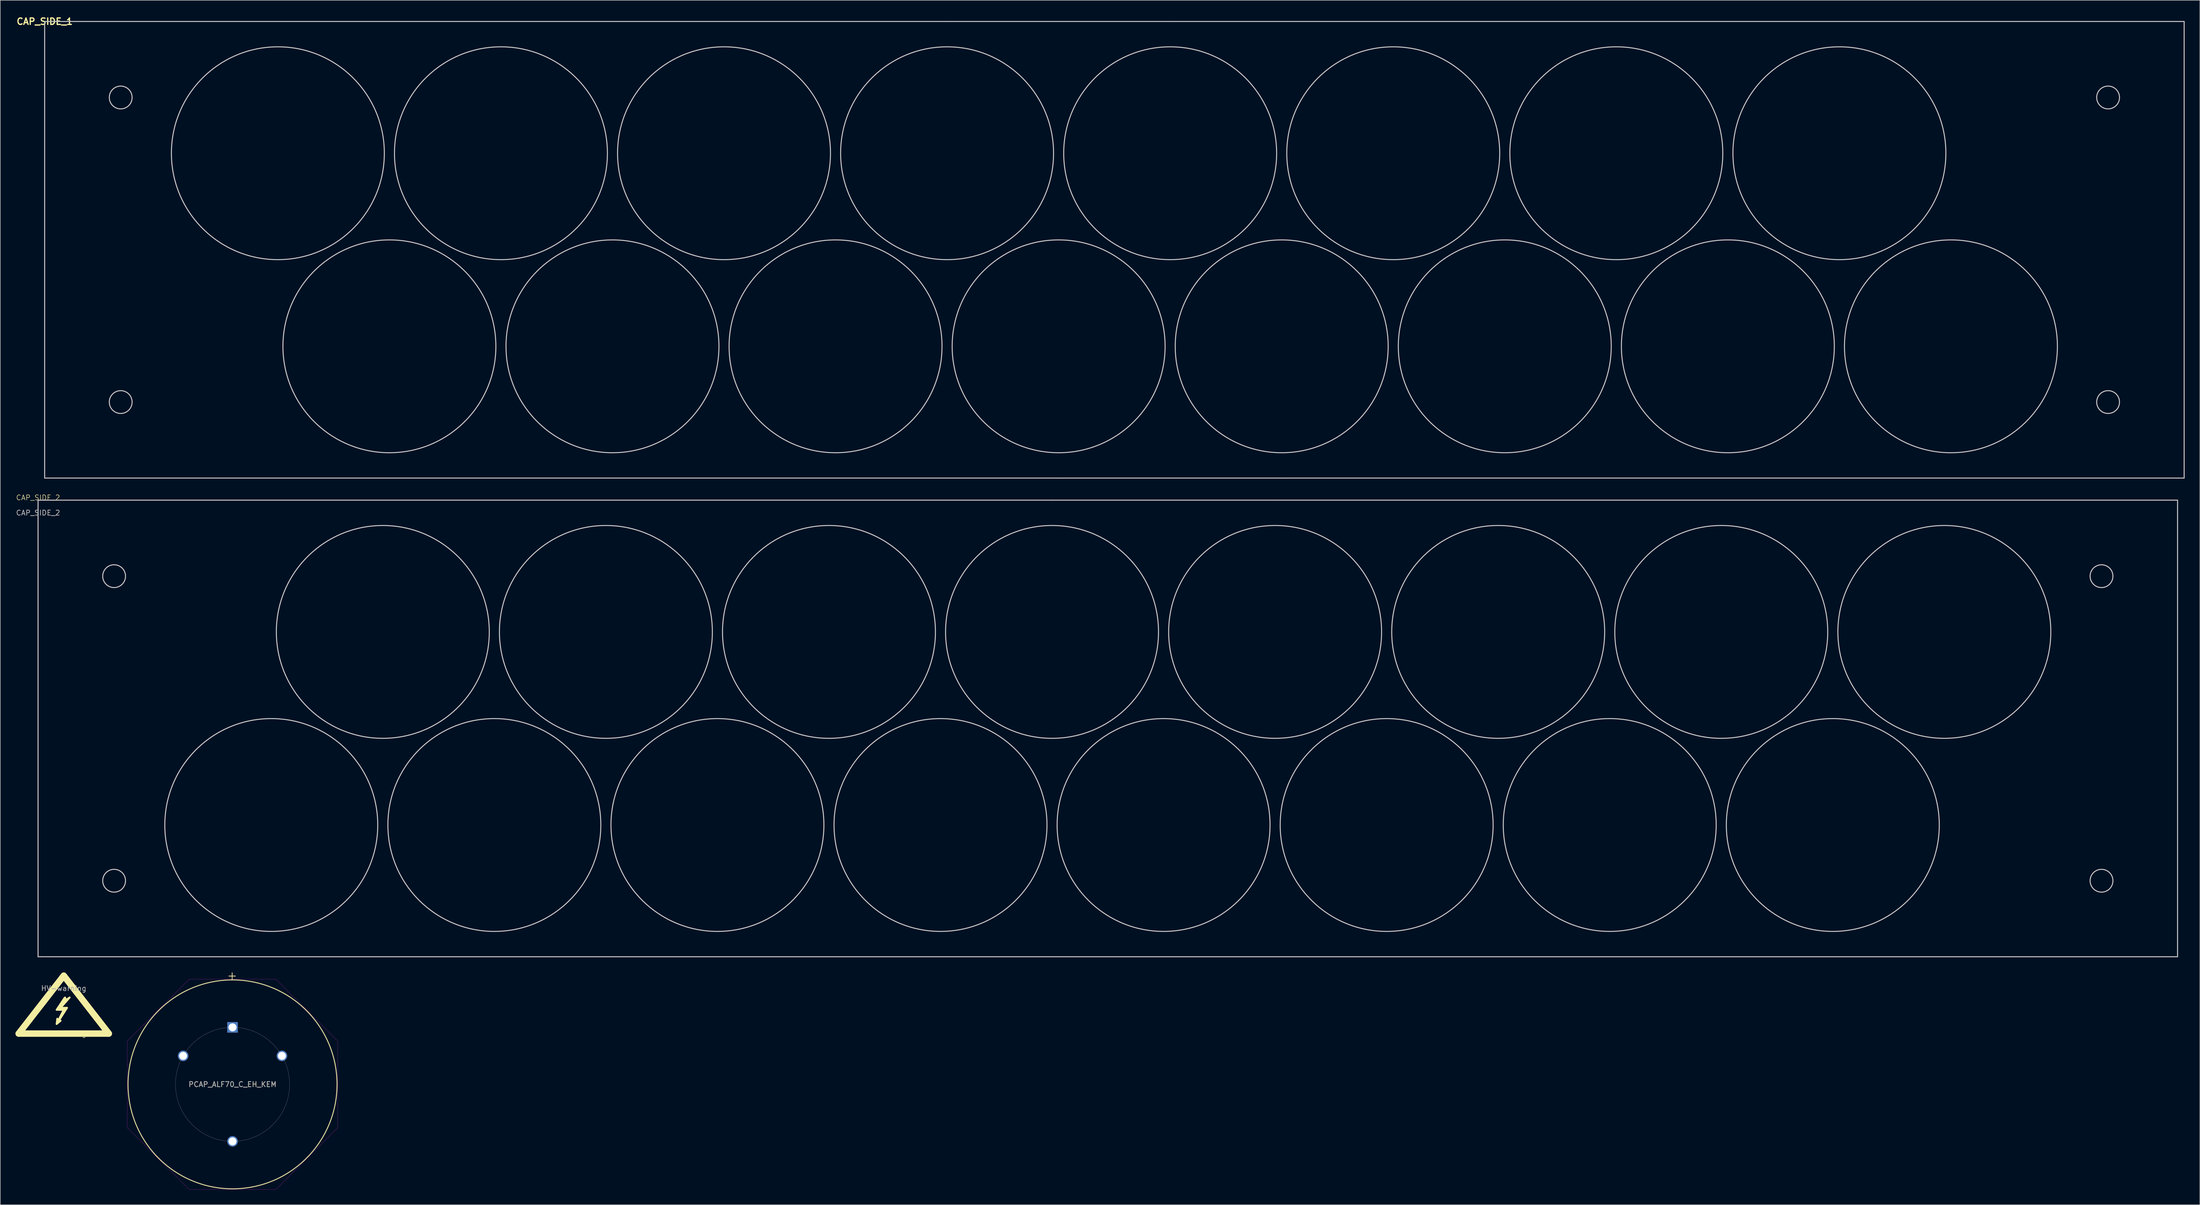
<source format=kicad_pcb>
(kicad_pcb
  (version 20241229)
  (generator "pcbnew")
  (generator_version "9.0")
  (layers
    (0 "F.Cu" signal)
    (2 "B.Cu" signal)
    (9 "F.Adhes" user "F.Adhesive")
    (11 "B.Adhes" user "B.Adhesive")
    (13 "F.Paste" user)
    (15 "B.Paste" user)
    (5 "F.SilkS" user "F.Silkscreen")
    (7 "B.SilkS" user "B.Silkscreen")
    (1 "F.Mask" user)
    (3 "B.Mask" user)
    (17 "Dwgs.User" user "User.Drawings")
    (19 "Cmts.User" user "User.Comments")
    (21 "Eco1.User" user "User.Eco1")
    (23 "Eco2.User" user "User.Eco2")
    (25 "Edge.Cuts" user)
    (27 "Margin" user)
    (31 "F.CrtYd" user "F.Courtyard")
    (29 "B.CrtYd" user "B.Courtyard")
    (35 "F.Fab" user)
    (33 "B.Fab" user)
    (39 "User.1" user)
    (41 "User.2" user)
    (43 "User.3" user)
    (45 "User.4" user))
  (footprint "CAP_SIDE_2"
    (layer "F.Cu")
    (at 4.458 95.654)
    (property "Reference" "CAP_SIDE_2" (at 0 -0.5 0) (unlocked yes) (layer "F.SilkS") (effects (font (size 1 1) (thickness 0.1))))
    (fp_line (start 0 0) (end 0 90.105) (stroke (width 0.2) (type solid)) (layer "Dwgs.User"))
    (fp_line (start 0 90.105) (end 178 90.105) (stroke (width 0.2) (type solid)) (layer "Dwgs.User"))
    (fp_line (start 178 90.105) (end 222 90.105) (stroke (width 0.2) (type solid)) (layer "Dwgs.User"))
    (fp_line (start 200 0) (end 0 0) (stroke (width 0.2) (type solid)) (layer "Dwgs.User"))
    (fp_line (start 222 90.105) (end 422 90.105) (stroke (width 0.2) (type solid)) (layer "Dwgs.User"))
    (fp_line (start 244 0) (end 200 0) (stroke (width 0.2) (type solid)) (layer "Dwgs.User"))
    (fp_line (start 422 0) (end 244 0) (stroke (width 0.2) (type solid)) (layer "Dwgs.User"))
    (fp_line (start 422 90.105) (end 422 0) (stroke (width 0.2) (type solid)) (layer "Dwgs.User"))
    (fp_circle (center 15 15) (end 17.25 15) (stroke (width 0.2) (type solid)) (fill no) (layer "Dwgs.User"))
    (fp_circle (center 15 75.105) (end 17.25 75.105) (stroke (width 0.2) (type solid)) (fill no) (layer "Dwgs.User"))
    (fp_circle (center 46 64.105) (end 67 64.105) (stroke (width 0.2) (type solid)) (fill no) (layer "Dwgs.User"))
    (fp_circle (center 68 26) (end 89 26) (stroke (width 0.2) (type solid)) (fill no) (layer "Dwgs.User"))
    (fp_circle (center 90 64.105) (end 111 64.105) (stroke (width 0.2) (type solid)) (fill no) (layer "Dwgs.User"))
    (fp_circle (center 112 26) (end 133 26) (stroke (width 0.2) (type solid)) (fill no) (layer "Dwgs.User"))
    (fp_circle (center 134 64.105) (end 155 64.105) (stroke (width 0.2) (type solid)) (fill no) (layer "Dwgs.User"))
    (fp_circle (center 156 26) (end 177 26) (stroke (width 0.2) (type solid)) (fill no) (layer "Dwgs.User"))
    (fp_circle (center 178 64.105) (end 199 64.105) (stroke (width 0.2) (type solid)) (fill no) (layer "Dwgs.User"))
    (fp_circle (center 200 26) (end 221 26) (stroke (width 0.2) (type solid)) (fill no) (layer "Dwgs.User"))
    (fp_circle (center 222 64.105) (end 243 64.105) (stroke (width 0.2) (type solid)) (fill no) (layer "Dwgs.User"))
    (fp_circle (center 244 26) (end 265 26) (stroke (width 0.2) (type solid)) (fill no) (layer "Dwgs.User"))
    (fp_circle (center 266 64.105) (end 287 64.105) (stroke (width 0.2) (type solid)) (fill no) (layer "Dwgs.User"))
    (fp_circle (center 288 26) (end 309 26) (stroke (width 0.2) (type solid)) (fill no) (layer "Dwgs.User"))
    (fp_circle (center 310 64.105) (end 331 64.105) (stroke (width 0.2) (type solid)) (fill no) (layer "Dwgs.User"))
    (fp_circle (center 332 26) (end 353 26) (stroke (width 0.2) (type solid)) (fill no) (layer "Dwgs.User"))
    (fp_circle (center 354 64.105) (end 375 64.105) (stroke (width 0.2) (type solid)) (fill no) (layer "Dwgs.User"))
    (fp_circle (center 376 26) (end 397 26) (stroke (width 0.2) (type solid)) (fill no) (layer "Dwgs.User"))
    (fp_circle (center 407 15) (end 409.25 15) (stroke (width 0.2) (type solid)) (fill no) (layer "Dwgs.User"))
    (fp_circle (center 407 75.105) (end 409.25 75.105) (stroke (width 0.2) (type solid)) (fill no) (layer "Dwgs.User"))
    (fp_text user "${REFERENCE}" (at 0 2.5 0) (unlocked yes) (layer "F.Fab") (effects (font (size 1 1) (thickness 0.15)))))
  (footprint "PCAP_ALF70_C_EH_KEM"
    (layer "F.Cu")
    (at 42.815 199.694)
    (property "Reference" "PCAP_ALF70_C_EH_KEM" (at 0 11.25 0) (unlocked yes) (layer "F.SilkS") (effects (font (size 1 1) (thickness 0.15))))
    (attr through_hole)
    (fp_line (start -0.711 -10.123) (end 0.559 -10.123) (stroke (width 0.152) (type solid)) (layer "F.SilkS"))
    (fp_line (start -0.076 -10.758) (end -0.076 -9.488) (stroke (width 0.152) (type solid)) (layer "F.SilkS"))
    (fp_circle (center 0 11.25) (end 20.625 11.25) (stroke (width 0.152) (type solid)) (fill no) (layer "F.SilkS"))
    (fp_circle (center 0 11.25) (end 11.25 11.25) (stroke (width 0.025) (type solid)) (fill no) (layer "Dwgs.User"))
    (fp_line (start -20.752 2.705) (end -8.545 -9.502) (stroke (width 0.025) (type solid)) (layer "F.CrtYd"))
    (fp_line (start -20.752 19.795) (end -20.752 2.705) (stroke (width 0.025) (type solid)) (layer "F.CrtYd"))
    (fp_line (start -8.545 -9.502) (end 8.545 -9.502) (stroke (width 0.025) (type solid)) (layer "F.CrtYd"))
    (fp_line (start -8.545 32.002) (end -20.752 19.795) (stroke (width 0.025) (type solid)) (layer "F.CrtYd"))
    (fp_line (start 8.545 -9.502) (end 20.752 2.705) (stroke (width 0.025) (type solid)) (layer "F.CrtYd"))
    (fp_line (start 8.545 32.002) (end -8.545 32.002) (stroke (width 0.025) (type solid)) (layer "F.CrtYd"))
    (fp_line (start 20.752 2.705) (end 20.752 19.795) (stroke (width 0.025) (type solid)) (layer "F.CrtYd"))
    (fp_line (start 20.752 19.795) (end 8.545 32.002) (stroke (width 0.025) (type solid)) (layer "F.CrtYd"))
    (fp_line (start -0.711 -10.123) (end 0.559 -10.123) (stroke (width 0.025) (type solid)) (layer "F.Fab"))
    (fp_line (start -0.076 -10.758) (end -0.076 -9.488) (stroke (width 0.025) (type solid)) (layer "F.Fab"))
    (fp_circle (center 0 11.25) (end 20.498 11.25) (stroke (width 0.025) (type solid)) (fill no) (layer "F.Fab"))
    (fp_text user "${REFERENCE}" (at 0 11.25 0) (unlocked yes) (layer "F.Fab") (effects (font (size 1 1) (thickness 0.15))))
    (pad "1" thru_hole rect (at 0 0) (size 2.083 2.083) (drill 1.575) (layers "*.Cu" "*.Mask"))
    (pad "2" thru_hole circle (at 0 22.5) (size 2.083 2.083) (drill 1.575) (layers "*.Cu" "*.Mask"))
    (pad "3" thru_hole circle (at -9.743 5.625) (size 2.083 2.083) (drill 1.575) (layers "*.Cu" "*.Mask"))
    (pad "4" thru_hole circle (at 9.743 5.625) (size 2.083 2.083) (drill 1.575) (layers "*.Cu" "*.Mask")))
  (footprint "CAP_SIDE_1"
    (layer "F.Cu")
    (at 5.757 1.189)
    (property "Reference" "CAP_SIDE_1" (at 0 0 0) (layer "F.SilkS") (effects (font (size 1.27 1.27) (thickness 0.254))))
    (attr through_hole)
    (fp_line (start 0 0) (end 0 90.105) (stroke (width 0.2) (type solid)) (layer "Dwgs.User"))
    (fp_line (start 0 90.105) (end 200 90.105) (stroke (width 0.2) (type solid)) (layer "Dwgs.User"))
    (fp_line (start 178 0) (end 0 0) (stroke (width 0.2) (type solid)) (layer "Dwgs.User"))
    (fp_line (start 200 90.105) (end 244 90.105) (stroke (width 0.2) (type solid)) (layer "Dwgs.User"))
    (fp_line (start 222 0) (end 178 0) (stroke (width 0.2) (type solid)) (layer "Dwgs.User"))
    (fp_line (start 244 90.105) (end 422 90.105) (stroke (width 0.2) (type solid)) (layer "Dwgs.User"))
    (fp_line (start 422 0) (end 222 0) (stroke (width 0.2) (type solid)) (layer "Dwgs.User"))
    (fp_line (start 422 90.105) (end 422 0) (stroke (width 0.2) (type solid)) (layer "Dwgs.User"))
    (fp_circle (center 15 15) (end 17.25 15) (stroke (width 0.2) (type solid)) (fill no) (layer "Dwgs.User"))
    (fp_circle (center 15 75.105) (end 17.25 75.105) (stroke (width 0.2) (type solid)) (fill no) (layer "Dwgs.User"))
    (fp_circle (center 46 26) (end 67 26) (stroke (width 0.2) (type solid)) (fill no) (layer "Dwgs.User"))
    (fp_circle (center 68 64.105) (end 89 64.105) (stroke (width 0.2) (type solid)) (fill no) (layer "Dwgs.User"))
    (fp_circle (center 90 26) (end 111 26) (stroke (width 0.2) (type solid)) (fill no) (layer "Dwgs.User"))
    (fp_circle (center 112 64.105) (end 133 64.105) (stroke (width 0.2) (type solid)) (fill no) (layer "Dwgs.User"))
    (fp_circle (center 134 26) (end 155 26) (stroke (width 0.2) (type solid)) (fill no) (layer "Dwgs.User"))
    (fp_circle (center 156 64.105) (end 177 64.105) (stroke (width 0.2) (type solid)) (fill no) (layer "Dwgs.User"))
    (fp_circle (center 178 26) (end 199 26) (stroke (width 0.2) (type solid)) (fill no) (layer "Dwgs.User"))
    (fp_circle (center 200 64.105) (end 221 64.105) (stroke (width 0.2) (type solid)) (fill no) (layer "Dwgs.User"))
    (fp_circle (center 222 26) (end 243 26) (stroke (width 0.2) (type solid)) (fill no) (layer "Dwgs.User"))
    (fp_circle (center 244 64.105) (end 265 64.105) (stroke (width 0.2) (type solid)) (fill no) (layer "Dwgs.User"))
    (fp_circle (center 266 26) (end 287 26) (stroke (width 0.2) (type solid)) (fill no) (layer "Dwgs.User"))
    (fp_circle (center 288 64.105) (end 309 64.105) (stroke (width 0.2) (type solid)) (fill no) (layer "Dwgs.User"))
    (fp_circle (center 310 26) (end 331 26) (stroke (width 0.2) (type solid)) (fill no) (layer "Dwgs.User"))
    (fp_circle (center 332 64.105) (end 353 64.105) (stroke (width 0.2) (type solid)) (fill no) (layer "Dwgs.User"))
    (fp_circle (center 354 26) (end 375 26) (stroke (width 0.2) (type solid)) (fill no) (layer "Dwgs.User"))
    (fp_circle (center 376 64.105) (end 397 64.105) (stroke (width 0.2) (type solid)) (fill no) (layer "Dwgs.User"))
    (fp_circle (center 407 15) (end 409.25 15) (stroke (width 0.2) (type solid)) (fill no) (layer "Dwgs.User"))
    (fp_circle (center 407 75.105) (end 409.25 75.105) (stroke (width 0.2) (type solid)) (fill no) (layer "Dwgs.User")))
  (footprint "HV-warning"
    (layer "F.Cu")
    (at 9.525 189.494)
    (property "Reference" "HV-warning" (at 0 11.43 0) (unlocked yes) (layer "F.SilkS") (effects (font (size 1 1) (thickness 0.1))))
    (attr smd)
    (fp_line (start -8.89 11.43) (end 0 0) (stroke (width 1.27) (type solid)) (layer "F.SilkS"))
    (fp_line (start -1.397 6.731) (end 0 6.731) (stroke (width 0.381) (type solid)) (layer "F.SilkS"))
    (fp_line (start -1.397 9.525) (end -0.635 8.89) (stroke (width 0.381) (type solid)) (layer "F.SilkS"))
    (fp_line (start -1.27 8.509) (end -1.397 9.525) (stroke (width 0.381) (type solid)) (layer "F.SilkS"))
    (fp_line (start -1.143 9.017) (end -1.27 8.509) (stroke (width 0.381) (type solid)) (layer "F.SilkS"))
    (fp_line (start -1.143 9.144) (end 0.635 6.35) (stroke (width 0.381) (type solid)) (layer "F.SilkS"))
    (fp_line (start -1.016 6.604) (end 0.254 6.604) (stroke (width 0.381) (type solid)) (layer "F.SilkS"))
    (fp_line (start -0.635 6.35) (end 1.143 4.318) (stroke (width 0.381) (type solid)) (layer "F.SilkS"))
    (fp_line (start -0.635 8.89) (end -1.143 9.144) (stroke (width 0.381) (type solid)) (layer "F.SilkS"))
    (fp_line (start 0 0) (end 8.89 11.43) (stroke (width 1.27) (type solid)) (layer "F.SilkS"))
    (fp_line (start 0 6.731) (end -1.143 9.017) (stroke (width 0.381) (type solid)) (layer "F.SilkS"))
    (fp_line (start 0.127 4.445) (end -1.397 6.731) (stroke (width 0.381) (type solid)) (layer "F.SilkS"))
    (fp_line (start 0.381 4.699) (end -1.016 6.604) (stroke (width 0.381) (type solid)) (layer "F.SilkS"))
    (fp_line (start 0.381 4.826) (end 0.254 4.318) (stroke (width 0.381) (type solid)) (layer "F.SilkS"))
    (fp_line (start 0.635 6.35) (end -0.635 6.35) (stroke (width 0.381) (type solid)) (layer "F.SilkS"))
    (fp_line (start 1.143 4.318) (end 0.381 4.826) (stroke (width 0.381) (type solid)) (layer "F.SilkS"))
    (fp_line (start 8.89 11.43) (end -8.89 11.43) (stroke (width 1.27) (type solid)) (layer "F.SilkS"))
    (fp_text user "${REFERENCE}" (at 0 2.5 0) (unlocked yes) (layer "F.Fab") (effects (font (size 1 1) (thickness 0.15)))))
  (gr_rect
    (start -3 -3)
    (end 430.857 234.708)
    (stroke (width 0.1) (type default))
    (fill no)
    (layer "Edge.Cuts")))
</source>
